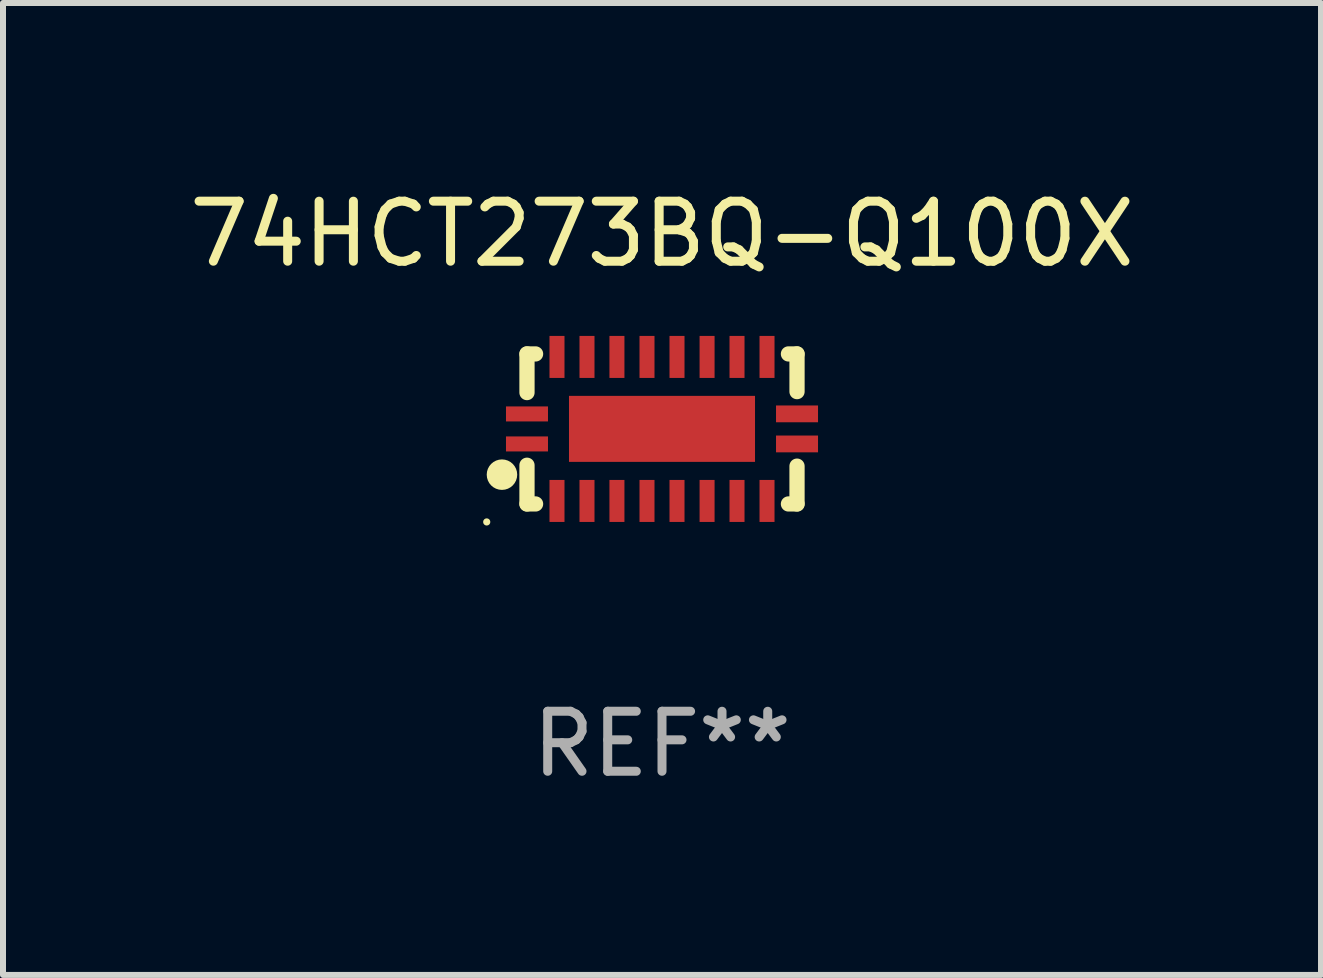
<source format=kicad_pcb>
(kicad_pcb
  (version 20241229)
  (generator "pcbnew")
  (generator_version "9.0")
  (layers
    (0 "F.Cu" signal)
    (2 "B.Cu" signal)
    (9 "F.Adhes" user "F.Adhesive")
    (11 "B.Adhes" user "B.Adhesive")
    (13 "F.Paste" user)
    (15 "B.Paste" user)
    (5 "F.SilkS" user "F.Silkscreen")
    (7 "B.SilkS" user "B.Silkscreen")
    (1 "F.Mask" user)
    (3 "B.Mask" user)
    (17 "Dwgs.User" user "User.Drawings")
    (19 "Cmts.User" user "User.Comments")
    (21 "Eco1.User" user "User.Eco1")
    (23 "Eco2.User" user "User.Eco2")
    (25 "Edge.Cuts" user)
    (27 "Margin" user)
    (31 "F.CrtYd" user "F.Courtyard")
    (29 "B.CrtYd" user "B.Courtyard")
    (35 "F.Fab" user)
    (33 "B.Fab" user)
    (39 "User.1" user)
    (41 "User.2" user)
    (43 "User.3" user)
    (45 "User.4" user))
  (footprint "74HCT273BQ-Q100X"
    (layer "F.Cu")
    (at 7.982 4.098)
    (property "Reference" "74HCT273BQ-Q100X" (at 0 -3.25 0) (layer "F.SilkS") (effects (font (size 1 1) (thickness 0.15))))
    (attr through_hole)
    (fp_line (start -2.25 0.605) (end -2.25 1.25) (stroke (width 0.254) (type solid)) (layer "F.SilkS"))
    (fp_line (start -2.25 1.25) (end -2.107 1.25) (stroke (width 0.254) (type solid)) (layer "F.SilkS"))
    (fp_line (start -2.25 -1.25) (end -2.25 -0.606) (stroke (width 0.254) (type solid)) (layer "F.SilkS"))
    (fp_line (start -2.25 -1.25) (end -2.107 -1.25) (stroke (width 0.254) (type solid)) (layer "F.SilkS"))
    (fp_line (start 2.107 -1.25) (end 2.25 -1.25) (stroke (width 0.254) (type solid)) (layer "F.SilkS"))
    (fp_line (start 2.107 1.25) (end 2.25 1.25) (stroke (width 0.254) (type solid)) (layer "F.SilkS"))
    (fp_line (start 2.25 -1.25) (end 2.25 -0.622) (stroke (width 0.254) (type solid)) (layer "F.SilkS"))
    (fp_line (start 2.25 0.62) (end 2.25 1.25) (stroke (width 0.254) (type solid)) (layer "F.SilkS"))
    (fp_circle (center -2.921 1.55) (end -2.891 1.55) (stroke (width 0.06) (type solid)) (fill no) (layer "F.SilkS"))
    (fp_circle (center -2.667 0.762) (end -2.54 0.762) (stroke (width 0.254) (type solid)) (fill no) (layer "F.SilkS"))
    (fp_text user "REF**" (at 0 5.25 0) (layer "F.Fab") (effects (font (size 1 1) (thickness 0.15))))
    (pad "1" smd rect (at -2.25 0.25 180) (size 0.7 0.25) (layers "F.Cu" "F.Mask" "F.Paste"))
    (pad "2" smd rect (at -1.75 1.2 90) (size 0.7 0.25) (layers "F.Cu" "F.Mask" "F.Paste"))
    (pad "3" smd rect (at -1.25 1.2 90) (size 0.7 0.25) (layers "F.Cu" "F.Mask" "F.Paste"))
    (pad "4" smd rect (at -0.751 1.2 90) (size 0.7 0.25) (layers "F.Cu" "F.Mask" "F.Paste"))
    (pad "5" smd rect (at -0.25 1.2 90) (size 0.7 0.25) (layers "F.Cu" "F.Mask" "F.Paste"))
    (pad "6" smd rect (at 0.25 1.2 90) (size 0.7 0.25) (layers "F.Cu" "F.Mask" "F.Paste"))
    (pad "7" smd rect (at 0.751 1.2 90) (size 0.7 0.25) (layers "F.Cu" "F.Mask" "F.Paste"))
    (pad "8" smd rect (at 1.25 1.2 90) (size 0.7 0.25) (layers "F.Cu" "F.Mask" "F.Paste"))
    (pad "9" smd rect (at 1.75 1.2 90) (size 0.7 0.25) (layers "F.Cu" "F.Mask" "F.Paste"))
    (pad "10" smd rect (at 2.25 0.25 180) (size 0.7 0.28) (layers "F.Cu" "F.Mask" "F.Paste"))
    (pad "11" smd rect (at 2.25 -0.251 180) (size 0.7 0.28) (layers "F.Cu" "F.Mask" "F.Paste"))
    (pad "12" smd rect (at 1.75 -1.2 90) (size 0.7 0.25) (layers "F.Cu" "F.Mask" "F.Paste"))
    (pad "13" smd rect (at 1.25 -1.2 90) (size 0.7 0.25) (layers "F.Cu" "F.Mask" "F.Paste"))
    (pad "14" smd rect (at 0.751 -1.2 90) (size 0.7 0.25) (layers "F.Cu" "F.Mask" "F.Paste"))
    (pad "15" smd rect (at 0.25 -1.2 90) (size 0.7 0.25) (layers "F.Cu" "F.Mask" "F.Paste"))
    (pad "16" smd rect (at -0.25 -1.2 90) (size 0.7 0.25) (layers "F.Cu" "F.Mask" "F.Paste"))
    (pad "17" smd rect (at -0.751 -1.2 90) (size 0.7 0.25) (layers "F.Cu" "F.Mask" "F.Paste"))
    (pad "18" smd rect (at -1.25 -1.2 90) (size 0.7 0.25) (layers "F.Cu" "F.Mask" "F.Paste"))
    (pad "19" smd rect (at -1.75 -1.2 90) (size 0.7 0.25) (layers "F.Cu" "F.Mask" "F.Paste"))
    (pad "20" smd rect (at -2.25 -0.25 180) (size 0.7 0.25) (layers "F.Cu" "F.Mask" "F.Paste"))
    (pad "21" smd rect (at 0 -0.001 180) (size 3.1 1.1) (layers "F.Cu" "F.Mask" "F.Paste")))
  (gr_rect
    (start -3 -3)
    (end 18.964 13.197)
    (stroke (width 0.1) (type default))
    (fill no)
    (layer "Edge.Cuts")))
</source>
